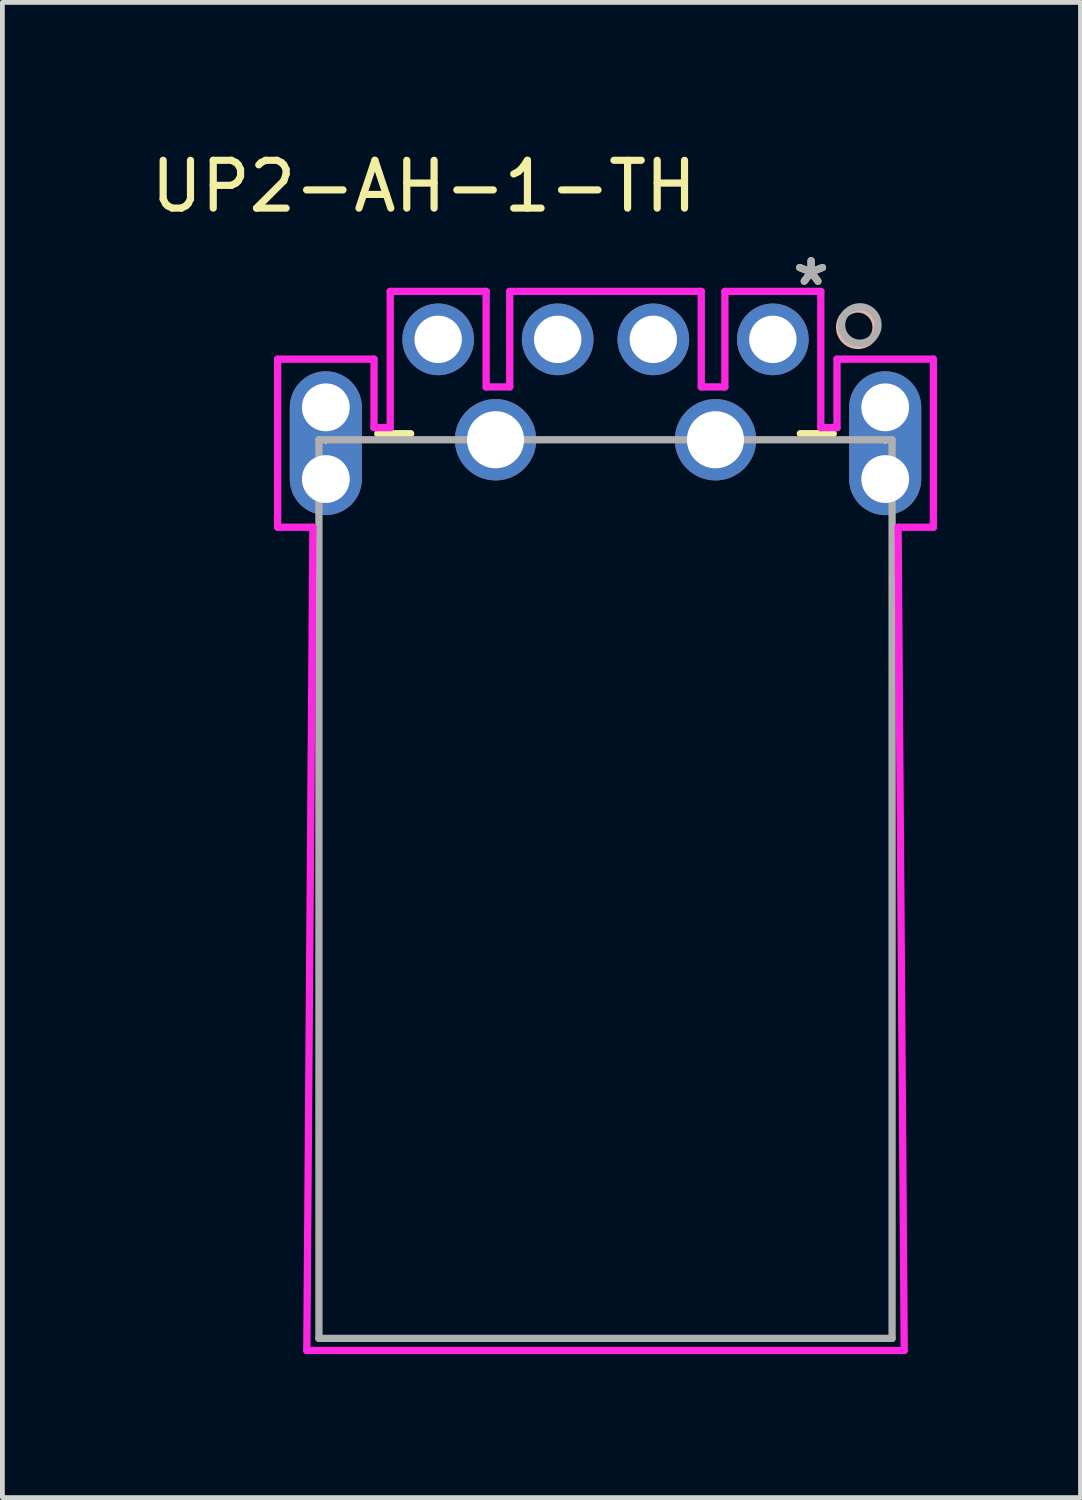
<source format=kicad_pcb>
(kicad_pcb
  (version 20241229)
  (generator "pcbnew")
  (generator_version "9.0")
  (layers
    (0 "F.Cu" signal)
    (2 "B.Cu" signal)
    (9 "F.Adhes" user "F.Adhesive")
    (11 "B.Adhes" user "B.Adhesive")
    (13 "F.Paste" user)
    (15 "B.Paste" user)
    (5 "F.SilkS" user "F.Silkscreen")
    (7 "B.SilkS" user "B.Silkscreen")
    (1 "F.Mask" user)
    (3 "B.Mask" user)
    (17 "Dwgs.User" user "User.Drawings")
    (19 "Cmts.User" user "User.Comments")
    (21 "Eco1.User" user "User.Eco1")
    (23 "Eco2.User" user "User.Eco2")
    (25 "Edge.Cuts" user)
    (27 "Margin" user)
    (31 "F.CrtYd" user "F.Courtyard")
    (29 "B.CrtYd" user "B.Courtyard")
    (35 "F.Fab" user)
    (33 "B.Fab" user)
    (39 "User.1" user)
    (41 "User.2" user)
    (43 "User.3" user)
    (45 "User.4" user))
  (footprint "UP2-AH-1-TH"
    (layer "F.Cu")
    (at 13.115 4.048)
    (property "Reference" "UP2-AH-1-TH" (at -7.3 -3.2 0) (layer "F.SilkS") (effects (font (size 1 1) (thickness 0.15))))
    (attr through_hole)
    (fp_line (start -7.575 1.973) (end -8.263 1.973) (stroke (width 0.152) (type solid)) (layer "F.SilkS"))
    (fp_line (start 1.263 1.973) (end 0.575 1.973) (stroke (width 0.152) (type solid)) (layer "F.SilkS"))
    (fp_circle (center 1.778 -0.254) (end 2.159 -0.254) (stroke (width 0.152) (type solid)) (fill no) (layer "B.SilkS"))
    (fp_line (start -10.358 0.414) (end -10.358 3.93) (stroke (width 0.152) (type solid)) (layer "F.CrtYd"))
    (fp_line (start -10.358 3.93) (end -9.62 3.93) (stroke (width 0.152) (type solid)) (layer "F.CrtYd"))
    (fp_line (start -9.748 21.15) (end 2.748 21.15) (stroke (width 0.152) (type solid)) (layer "F.CrtYd"))
    (fp_line (start -9.62 3.93) (end -9.748 21.15) (stroke (width 0.152) (type solid)) (layer "F.CrtYd"))
    (fp_line (start -8.342 0.414) (end -10.358 0.414) (stroke (width 0.152) (type solid)) (layer "F.CrtYd"))
    (fp_line (start -8.342 1.846) (end -8.342 0.414) (stroke (width 0.152) (type solid)) (layer "F.CrtYd"))
    (fp_line (start -8.003 -1.003) (end -8.003 1.846) (stroke (width 0.152) (type solid)) (layer "F.CrtYd"))
    (fp_line (start -8.003 1.846) (end -8.342 1.846) (stroke (width 0.152) (type solid)) (layer "F.CrtYd"))
    (fp_line (start -5.997 -1.003) (end -8.003 -1.003) (stroke (width 0.152) (type solid)) (layer "F.CrtYd"))
    (fp_line (start -5.997 0.995) (end -5.997 -1.003) (stroke (width 0.152) (type solid)) (layer "F.CrtYd"))
    (fp_line (start -5.503 -1.003) (end -5.503 0.995) (stroke (width 0.152) (type solid)) (layer "F.CrtYd"))
    (fp_line (start -5.503 0.995) (end -5.997 0.995) (stroke (width 0.152) (type solid)) (layer "F.CrtYd"))
    (fp_line (start -1.497 -1.003) (end -5.503 -1.003) (stroke (width 0.152) (type solid)) (layer "F.CrtYd"))
    (fp_line (start -1.497 0.995) (end -1.497 -1.003) (stroke (width 0.152) (type solid)) (layer "F.CrtYd"))
    (fp_line (start -1.003 -1.003) (end -1.003 0.995) (stroke (width 0.152) (type solid)) (layer "F.CrtYd"))
    (fp_line (start -1.003 0.995) (end -1.497 0.995) (stroke (width 0.152) (type solid)) (layer "F.CrtYd"))
    (fp_line (start 1.003 -1.003) (end -1.003 -1.003) (stroke (width 0.152) (type solid)) (layer "F.CrtYd"))
    (fp_line (start 1.003 1.846) (end 1.003 -1.003) (stroke (width 0.152) (type solid)) (layer "F.CrtYd"))
    (fp_line (start 1.342 0.414) (end 1.342 1.846) (stroke (width 0.152) (type solid)) (layer "F.CrtYd"))
    (fp_line (start 1.342 1.846) (end 1.003 1.846) (stroke (width 0.152) (type solid)) (layer "F.CrtYd"))
    (fp_line (start 2.62 3.93) (end 3.358 3.93) (stroke (width 0.152) (type solid)) (layer "F.CrtYd"))
    (fp_line (start 2.748 21.15) (end 2.62 3.93) (stroke (width 0.152) (type solid)) (layer "F.CrtYd"))
    (fp_line (start 3.358 0.414) (end 1.342 0.414) (stroke (width 0.152) (type solid)) (layer "F.CrtYd"))
    (fp_line (start 3.358 3.93) (end 3.358 0.414) (stroke (width 0.152) (type solid)) (layer "F.CrtYd"))
    (fp_line (start -9.494 2.1) (end -9.494 20.896) (stroke (width 0.152) (type solid)) (layer "F.Fab"))
    (fp_line (start -9.494 20.896) (end 2.494 20.896) (stroke (width 0.152) (type solid)) (layer "F.Fab"))
    (fp_line (start 2.494 2.1) (end -9.494 2.1) (stroke (width 0.152) (type solid)) (layer "F.Fab"))
    (fp_line (start 2.494 20.896) (end 2.494 2.1) (stroke (width 0.152) (type solid)) (layer "F.Fab"))
    (fp_circle (center 1.819 -0.3) (end 2.2 -0.3) (stroke (width 0.152) (type solid)) (fill no) (layer "F.Fab"))
    (fp_text user "*" (at 0.8 -1.1 0) (layer "F.SilkS") (effects (font (size 1 1) (thickness 0.15))))
    (fp_text user "*" (at 0.8 -1.1 0) (layer "F.Fab") (effects (font (size 1 1) (thickness 0.15))))
    (pad "" np_thru_hole circle (at -9.35 1.422) (size 1 1) (drill 1) (layers "*.Cu" "*.Mask"))
    (pad "" np_thru_hole circle (at -9.35 2.922) (size 1 1) (drill 1) (layers "*.Cu" "*.Mask"))
    (pad "" np_thru_hole circle (at 2.35 1.422) (size 1 1) (drill 1) (layers "*.Cu" "*.Mask"))
    (pad "" np_thru_hole circle (at 2.35 2.922) (size 1 1) (drill 1) (layers "*.Cu" "*.Mask"))
    (pad "1" thru_hole circle (at 0 0) (size 1.499 1.499) (drill 0.991) (layers "*.Cu" "*.Mask"))
    (pad "2" thru_hole circle (at -2.5 0) (size 1.499 1.499) (drill 0.991) (layers "*.Cu" "*.Mask"))
    (pad "3" thru_hole circle (at -4.5 0) (size 1.499 1.499) (drill 0.991) (layers "*.Cu" "*.Mask"))
    (pad "4" thru_hole circle (at -7 0) (size 1.499 1.499) (drill 0.991) (layers "*.Cu" "*.Mask"))
    (pad "5" thru_hole oval (at 2.35 2.172 90) (size 3.008 1.508) (drill 0.025) (layers "*.Cu" "*.Mask"))
    (pad "6" thru_hole oval (at -9.35 2.172 90) (size 3.008 1.508) (drill 0.025) (layers "*.Cu" "*.Mask"))
    (pad "7" thru_hole circle (at -1.2 2.1) (size 1.702 1.702) (drill 1.194) (layers "*.Cu" "*.Mask"))
    (pad "8" thru_hole circle (at -5.8 2.1) (size 1.702 1.702) (drill 1.194) (layers "*.Cu" "*.Mask")))
  (gr_rect
    (start -3 -3)
    (end 19.55 28.274)
    (stroke (width 0.1) (type default))
    (fill no)
    (layer "Edge.Cuts")))
</source>
